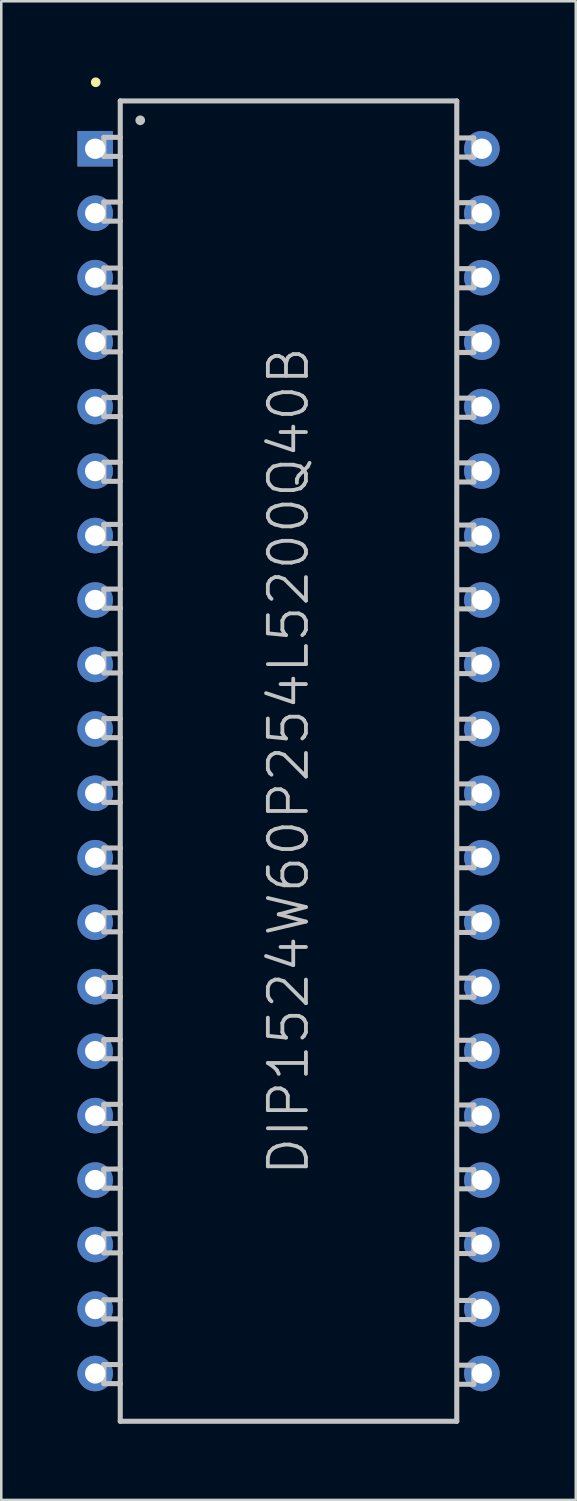
<source format=kicad_pcb>
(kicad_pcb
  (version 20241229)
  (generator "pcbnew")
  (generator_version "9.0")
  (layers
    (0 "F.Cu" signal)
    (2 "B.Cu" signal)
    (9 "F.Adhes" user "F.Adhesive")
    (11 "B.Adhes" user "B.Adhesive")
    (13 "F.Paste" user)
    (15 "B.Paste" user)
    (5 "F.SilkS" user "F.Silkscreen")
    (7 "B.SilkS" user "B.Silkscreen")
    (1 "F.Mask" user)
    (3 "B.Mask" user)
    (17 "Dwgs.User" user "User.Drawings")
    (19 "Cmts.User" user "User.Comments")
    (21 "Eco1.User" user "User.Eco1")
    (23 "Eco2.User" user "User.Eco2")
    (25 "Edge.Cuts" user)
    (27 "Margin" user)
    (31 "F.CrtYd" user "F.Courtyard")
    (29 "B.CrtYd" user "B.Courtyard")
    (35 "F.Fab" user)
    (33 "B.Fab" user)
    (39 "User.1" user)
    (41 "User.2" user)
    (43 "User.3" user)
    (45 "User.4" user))
  (footprint "DIP1524W60P254L5200Q40B"
    (layer "F.Cu")
    (at 8.317 26.937)
    (property "Reference" "DIP1524W60P254L5200Q40B" (at 0 0 90) (layer "Dwgs.User") (effects (font (size 1.5 1.5) (thickness 0.15))))
    (attr through_hole)
    (fp_line (start -7.595 -26.746) (end -7.595 -26.746) (stroke (width 0.381) (type solid)) (layer "F.SilkS"))
    (fp_line (start -7.275 -24.577) (end -6.624 -24.577) (stroke (width 0.2) (type solid)) (layer "Dwgs.User"))
    (fp_line (start -7.275 -23.825) (end -7.275 -24.577) (stroke (width 0.2) (type solid)) (layer "Dwgs.User"))
    (fp_line (start -7.275 -23.825) (end -6.624 -23.825) (stroke (width 0.2) (type solid)) (layer "Dwgs.User"))
    (fp_line (start -7.275 -22.027) (end -6.624 -22.027) (stroke (width 0.2) (type solid)) (layer "Dwgs.User"))
    (fp_line (start -7.275 -21.275) (end -7.275 -22.027) (stroke (width 0.2) (type solid)) (layer "Dwgs.User"))
    (fp_line (start -7.275 -21.275) (end -6.624 -21.275) (stroke (width 0.2) (type solid)) (layer "Dwgs.User"))
    (fp_line (start -7.275 -19.426) (end -6.624 -19.426) (stroke (width 0.2) (type solid)) (layer "Dwgs.User"))
    (fp_line (start -7.275 -18.674) (end -7.275 -19.426) (stroke (width 0.2) (type solid)) (layer "Dwgs.User"))
    (fp_line (start -7.275 -18.674) (end -6.624 -18.674) (stroke (width 0.2) (type solid)) (layer "Dwgs.User"))
    (fp_line (start -7.275 -16.876) (end -6.624 -16.876) (stroke (width 0.2) (type solid)) (layer "Dwgs.User"))
    (fp_line (start -7.275 -16.124) (end -7.275 -16.876) (stroke (width 0.2) (type solid)) (layer "Dwgs.User"))
    (fp_line (start -7.275 -16.124) (end -6.624 -16.124) (stroke (width 0.2) (type solid)) (layer "Dwgs.User"))
    (fp_line (start -7.275 -14.326) (end -6.624 -14.326) (stroke (width 0.2) (type solid)) (layer "Dwgs.User"))
    (fp_line (start -7.275 -13.574) (end -7.275 -14.326) (stroke (width 0.2) (type solid)) (layer "Dwgs.User"))
    (fp_line (start -7.275 -13.574) (end -6.624 -13.574) (stroke (width 0.2) (type solid)) (layer "Dwgs.User"))
    (fp_line (start -7.275 -11.775) (end -6.624 -11.775) (stroke (width 0.2) (type solid)) (layer "Dwgs.User"))
    (fp_line (start -7.275 -11.024) (end -7.275 -11.775) (stroke (width 0.2) (type solid)) (layer "Dwgs.User"))
    (fp_line (start -7.275 -11.024) (end -6.624 -11.024) (stroke (width 0.2) (type solid)) (layer "Dwgs.User"))
    (fp_line (start -7.275 -9.327) (end -6.624 -9.327) (stroke (width 0.2) (type solid)) (layer "Dwgs.User"))
    (fp_line (start -7.275 -8.575) (end -7.275 -9.327) (stroke (width 0.2) (type solid)) (layer "Dwgs.User"))
    (fp_line (start -7.275 -8.575) (end -6.624 -8.575) (stroke (width 0.2) (type solid)) (layer "Dwgs.User"))
    (fp_line (start -7.275 -6.777) (end -6.624 -6.777) (stroke (width 0.2) (type solid)) (layer "Dwgs.User"))
    (fp_line (start -7.275 -6.025) (end -7.275 -6.777) (stroke (width 0.2) (type solid)) (layer "Dwgs.User"))
    (fp_line (start -7.275 -6.025) (end -6.624 -6.025) (stroke (width 0.2) (type solid)) (layer "Dwgs.User"))
    (fp_line (start -7.275 -4.227) (end -6.624 -4.227) (stroke (width 0.2) (type solid)) (layer "Dwgs.User"))
    (fp_line (start -7.275 -3.475) (end -7.275 -4.227) (stroke (width 0.2) (type solid)) (layer "Dwgs.User"))
    (fp_line (start -7.275 -3.475) (end -6.624 -3.475) (stroke (width 0.2) (type solid)) (layer "Dwgs.User"))
    (fp_line (start -7.275 -1.676) (end -6.624 -1.676) (stroke (width 0.2) (type solid)) (layer "Dwgs.User"))
    (fp_line (start -7.275 -0.925) (end -7.275 -1.676) (stroke (width 0.2) (type solid)) (layer "Dwgs.User"))
    (fp_line (start -7.275 -0.925) (end -6.624 -0.925) (stroke (width 0.2) (type solid)) (layer "Dwgs.User"))
    (fp_line (start -7.275 0.874) (end -6.624 0.874) (stroke (width 0.2) (type solid)) (layer "Dwgs.User"))
    (fp_line (start -7.275 1.626) (end -7.275 0.874) (stroke (width 0.2) (type solid)) (layer "Dwgs.User"))
    (fp_line (start -7.275 1.626) (end -6.624 1.626) (stroke (width 0.2) (type solid)) (layer "Dwgs.User"))
    (fp_line (start -7.275 3.424) (end -6.624 3.424) (stroke (width 0.2) (type solid)) (layer "Dwgs.User"))
    (fp_line (start -7.275 4.176) (end -7.275 3.424) (stroke (width 0.2) (type solid)) (layer "Dwgs.User"))
    (fp_line (start -7.275 4.176) (end -6.624 4.176) (stroke (width 0.2) (type solid)) (layer "Dwgs.User"))
    (fp_line (start -7.275 5.974) (end -6.624 5.974) (stroke (width 0.2) (type solid)) (layer "Dwgs.User"))
    (fp_line (start -7.275 6.726) (end -7.275 5.974) (stroke (width 0.2) (type solid)) (layer "Dwgs.User"))
    (fp_line (start -7.275 6.726) (end -6.624 6.726) (stroke (width 0.2) (type solid)) (layer "Dwgs.User"))
    (fp_line (start -7.275 8.524) (end -6.624 8.524) (stroke (width 0.2) (type solid)) (layer "Dwgs.User"))
    (fp_line (start -7.275 9.276) (end -7.275 8.524) (stroke (width 0.2) (type solid)) (layer "Dwgs.User"))
    (fp_line (start -7.275 9.276) (end -6.624 9.276) (stroke (width 0.2) (type solid)) (layer "Dwgs.User"))
    (fp_line (start -7.275 10.973) (end -6.624 10.973) (stroke (width 0.2) (type solid)) (layer "Dwgs.User"))
    (fp_line (start -7.275 11.725) (end -7.275 10.973) (stroke (width 0.2) (type solid)) (layer "Dwgs.User"))
    (fp_line (start -7.275 11.725) (end -6.624 11.725) (stroke (width 0.2) (type solid)) (layer "Dwgs.User"))
    (fp_line (start -7.275 13.523) (end -6.624 13.523) (stroke (width 0.2) (type solid)) (layer "Dwgs.User"))
    (fp_line (start -7.275 14.275) (end -7.275 13.523) (stroke (width 0.2) (type solid)) (layer "Dwgs.User"))
    (fp_line (start -7.275 14.275) (end -6.624 14.275) (stroke (width 0.2) (type solid)) (layer "Dwgs.User"))
    (fp_line (start -7.275 16.073) (end -6.624 16.073) (stroke (width 0.2) (type solid)) (layer "Dwgs.User"))
    (fp_line (start -7.275 16.825) (end -7.275 16.073) (stroke (width 0.2) (type solid)) (layer "Dwgs.User"))
    (fp_line (start -7.275 16.825) (end -6.624 16.825) (stroke (width 0.2) (type solid)) (layer "Dwgs.User"))
    (fp_line (start -7.275 18.623) (end -6.624 18.623) (stroke (width 0.2) (type solid)) (layer "Dwgs.User"))
    (fp_line (start -7.275 19.375) (end -7.275 18.623) (stroke (width 0.2) (type solid)) (layer "Dwgs.User"))
    (fp_line (start -7.275 19.375) (end -6.624 19.375) (stroke (width 0.2) (type solid)) (layer "Dwgs.User"))
    (fp_line (start -7.275 21.224) (end -6.624 21.224) (stroke (width 0.2) (type solid)) (layer "Dwgs.User"))
    (fp_line (start -7.275 21.976) (end -7.275 21.224) (stroke (width 0.2) (type solid)) (layer "Dwgs.User"))
    (fp_line (start -7.275 21.976) (end -6.624 21.976) (stroke (width 0.2) (type solid)) (layer "Dwgs.User"))
    (fp_line (start -7.275 23.774) (end -6.624 23.774) (stroke (width 0.2) (type solid)) (layer "Dwgs.User"))
    (fp_line (start -7.275 24.526) (end -7.275 23.774) (stroke (width 0.2) (type solid)) (layer "Dwgs.User"))
    (fp_line (start -7.275 24.526) (end -6.624 24.526) (stroke (width 0.2) (type solid)) (layer "Dwgs.User"))
    (fp_line (start -6.629 -26.01) (end -6.629 26.01) (stroke (width 0.2) (type solid)) (layer "Dwgs.User"))
    (fp_line (start -6.629 -26.01) (end 6.629 -26.01) (stroke (width 0.2) (type solid)) (layer "Dwgs.User"))
    (fp_line (start -6.629 26.01) (end 6.629 26.01) (stroke (width 0.2) (type solid)) (layer "Dwgs.User"))
    (fp_line (start -5.842 -25.248) (end -5.842 -25.248) (stroke (width 0.381) (type solid)) (layer "Dwgs.User"))
    (fp_line (start 6.629 -26.01) (end 6.629 26.01) (stroke (width 0.2) (type solid)) (layer "Dwgs.User"))
    (fp_line (start 7.3 -24.552) (end 6.65 -24.552) (stroke (width 0.2) (type solid)) (layer "Dwgs.User"))
    (fp_line (start 7.3 -24.552) (end 7.3 -23.8) (stroke (width 0.2) (type solid)) (layer "Dwgs.User"))
    (fp_line (start 7.3 -23.8) (end 6.65 -23.8) (stroke (width 0.2) (type solid)) (layer "Dwgs.User"))
    (fp_line (start 7.3 -22.001) (end 6.65 -22.001) (stroke (width 0.2) (type solid)) (layer "Dwgs.User"))
    (fp_line (start 7.3 -22.001) (end 7.3 -21.25) (stroke (width 0.2) (type solid)) (layer "Dwgs.User"))
    (fp_line (start 7.3 -21.25) (end 6.65 -21.25) (stroke (width 0.2) (type solid)) (layer "Dwgs.User"))
    (fp_line (start 7.3 -19.401) (end 6.65 -19.401) (stroke (width 0.2) (type solid)) (layer "Dwgs.User"))
    (fp_line (start 7.3 -19.401) (end 7.3 -18.649) (stroke (width 0.2) (type solid)) (layer "Dwgs.User"))
    (fp_line (start 7.3 -18.649) (end 6.65 -18.649) (stroke (width 0.2) (type solid)) (layer "Dwgs.User"))
    (fp_line (start 7.3 -16.85) (end 6.65 -16.85) (stroke (width 0.2) (type solid)) (layer "Dwgs.User"))
    (fp_line (start 7.3 -16.85) (end 7.3 -16.099) (stroke (width 0.2) (type solid)) (layer "Dwgs.User"))
    (fp_line (start 7.3 -16.099) (end 6.65 -16.099) (stroke (width 0.2) (type solid)) (layer "Dwgs.User"))
    (fp_line (start 7.3 -14.3) (end 6.65 -14.3) (stroke (width 0.2) (type solid)) (layer "Dwgs.User"))
    (fp_line (start 7.3 -14.3) (end 7.3 -13.548) (stroke (width 0.2) (type solid)) (layer "Dwgs.User"))
    (fp_line (start 7.3 -13.548) (end 6.65 -13.548) (stroke (width 0.2) (type solid)) (layer "Dwgs.User"))
    (fp_line (start 7.3 -11.75) (end 6.65 -11.75) (stroke (width 0.2) (type solid)) (layer "Dwgs.User"))
    (fp_line (start 7.3 -11.75) (end 7.3 -10.998) (stroke (width 0.2) (type solid)) (layer "Dwgs.User"))
    (fp_line (start 7.3 -10.998) (end 6.65 -10.998) (stroke (width 0.2) (type solid)) (layer "Dwgs.User"))
    (fp_line (start 7.3 -9.301) (end 6.65 -9.301) (stroke (width 0.2) (type solid)) (layer "Dwgs.User"))
    (fp_line (start 7.3 -9.301) (end 7.3 -8.55) (stroke (width 0.2) (type solid)) (layer "Dwgs.User"))
    (fp_line (start 7.3 -8.55) (end 6.65 -8.55) (stroke (width 0.2) (type solid)) (layer "Dwgs.User"))
    (fp_line (start 7.3 -6.751) (end 6.65 -6.751) (stroke (width 0.2) (type solid)) (layer "Dwgs.User"))
    (fp_line (start 7.3 -6.751) (end 7.3 -5.999) (stroke (width 0.2) (type solid)) (layer "Dwgs.User"))
    (fp_line (start 7.3 -5.999) (end 6.65 -5.999) (stroke (width 0.2) (type solid)) (layer "Dwgs.User"))
    (fp_line (start 7.3 -4.201) (end 6.65 -4.201) (stroke (width 0.2) (type solid)) (layer "Dwgs.User"))
    (fp_line (start 7.3 -4.201) (end 7.3 -3.449) (stroke (width 0.2) (type solid)) (layer "Dwgs.User"))
    (fp_line (start 7.3 -3.449) (end 6.65 -3.449) (stroke (width 0.2) (type solid)) (layer "Dwgs.User"))
    (fp_line (start 7.3 -1.651) (end 6.65 -1.651) (stroke (width 0.2) (type solid)) (layer "Dwgs.User"))
    (fp_line (start 7.3 -1.651) (end 7.3 -0.899) (stroke (width 0.2) (type solid)) (layer "Dwgs.User"))
    (fp_line (start 7.3 -0.899) (end 6.65 -0.899) (stroke (width 0.2) (type solid)) (layer "Dwgs.User"))
    (fp_line (start 7.3 0.899) (end 6.65 0.899) (stroke (width 0.2) (type solid)) (layer "Dwgs.User"))
    (fp_line (start 7.3 0.899) (end 7.3 1.651) (stroke (width 0.2) (type solid)) (layer "Dwgs.User"))
    (fp_line (start 7.3 1.651) (end 6.65 1.651) (stroke (width 0.2) (type solid)) (layer "Dwgs.User"))
    (fp_line (start 7.3 3.449) (end 6.65 3.449) (stroke (width 0.2) (type solid)) (layer "Dwgs.User"))
    (fp_line (start 7.3 3.449) (end 7.3 4.201) (stroke (width 0.2) (type solid)) (layer "Dwgs.User"))
    (fp_line (start 7.3 4.201) (end 6.65 4.201) (stroke (width 0.2) (type solid)) (layer "Dwgs.User"))
    (fp_line (start 7.3 5.999) (end 6.65 5.999) (stroke (width 0.2) (type solid)) (layer "Dwgs.User"))
    (fp_line (start 7.3 5.999) (end 7.3 6.751) (stroke (width 0.2) (type solid)) (layer "Dwgs.User"))
    (fp_line (start 7.3 6.751) (end 6.65 6.751) (stroke (width 0.2) (type solid)) (layer "Dwgs.User"))
    (fp_line (start 7.3 8.55) (end 6.65 8.55) (stroke (width 0.2) (type solid)) (layer "Dwgs.User"))
    (fp_line (start 7.3 8.55) (end 7.3 9.301) (stroke (width 0.2) (type solid)) (layer "Dwgs.User"))
    (fp_line (start 7.3 9.301) (end 6.65 9.301) (stroke (width 0.2) (type solid)) (layer "Dwgs.User"))
    (fp_line (start 7.3 10.998) (end 6.65 10.998) (stroke (width 0.2) (type solid)) (layer "Dwgs.User"))
    (fp_line (start 7.3 10.998) (end 7.3 11.75) (stroke (width 0.2) (type solid)) (layer "Dwgs.User"))
    (fp_line (start 7.3 11.75) (end 6.65 11.75) (stroke (width 0.2) (type solid)) (layer "Dwgs.User"))
    (fp_line (start 7.3 13.548) (end 6.65 13.548) (stroke (width 0.2) (type solid)) (layer "Dwgs.User"))
    (fp_line (start 7.3 13.548) (end 7.3 14.3) (stroke (width 0.2) (type solid)) (layer "Dwgs.User"))
    (fp_line (start 7.3 14.3) (end 6.65 14.3) (stroke (width 0.2) (type solid)) (layer "Dwgs.User"))
    (fp_line (start 7.3 16.099) (end 6.65 16.099) (stroke (width 0.2) (type solid)) (layer "Dwgs.User"))
    (fp_line (start 7.3 16.099) (end 7.3 16.85) (stroke (width 0.2) (type solid)) (layer "Dwgs.User"))
    (fp_line (start 7.3 16.85) (end 6.65 16.85) (stroke (width 0.2) (type solid)) (layer "Dwgs.User"))
    (fp_line (start 7.3 18.649) (end 6.65 18.649) (stroke (width 0.2) (type solid)) (layer "Dwgs.User"))
    (fp_line (start 7.3 18.649) (end 7.3 19.401) (stroke (width 0.2) (type solid)) (layer "Dwgs.User"))
    (fp_line (start 7.3 19.401) (end 6.65 19.401) (stroke (width 0.2) (type solid)) (layer "Dwgs.User"))
    (fp_line (start 7.3 21.25) (end 6.65 21.25) (stroke (width 0.2) (type solid)) (layer "Dwgs.User"))
    (fp_line (start 7.3 21.25) (end 7.3 22.001) (stroke (width 0.2) (type solid)) (layer "Dwgs.User"))
    (fp_line (start 7.3 22.001) (end 6.65 22.001) (stroke (width 0.2) (type solid)) (layer "Dwgs.User"))
    (fp_line (start 7.3 23.8) (end 6.65 23.8) (stroke (width 0.2) (type solid)) (layer "Dwgs.User"))
    (fp_line (start 7.3 23.8) (end 7.3 24.552) (stroke (width 0.2) (type solid)) (layer "Dwgs.User"))
    (fp_line (start 7.3 24.552) (end 6.65 24.552) (stroke (width 0.2) (type solid)) (layer "Dwgs.User"))
    (pad "1" thru_hole rect (at -7.617 -24.127 180) (size 1.4 1.4) (drill 0.8) (layers "*.Cu" "*.Mask"))
    (pad "2" thru_hole circle (at -7.617 -21.587 180) (size 1.4 1.4) (drill 0.8) (layers "*.Cu" "*.Mask"))
    (pad "3" thru_hole circle (at -7.617 -19.047 180) (size 1.4 1.4) (drill 0.8) (layers "*.Cu" "*.Mask"))
    (pad "4" thru_hole circle (at -7.617 -16.507 180) (size 1.4 1.4) (drill 0.8) (layers "*.Cu" "*.Mask"))
    (pad "5" thru_hole circle (at -7.617 -13.967 180) (size 1.4 1.4) (drill 0.8) (layers "*.Cu" "*.Mask"))
    (pad "6" thru_hole circle (at -7.617 -11.427 180) (size 1.4 1.4) (drill 0.8) (layers "*.Cu" "*.Mask"))
    (pad "7" thru_hole circle (at -7.617 -8.887 180) (size 1.4 1.4) (drill 0.8) (layers "*.Cu" "*.Mask"))
    (pad "8" thru_hole circle (at -7.617 -6.347 180) (size 1.4 1.4) (drill 0.8) (layers "*.Cu" "*.Mask"))
    (pad "9" thru_hole circle (at -7.617 -3.807 180) (size 1.4 1.4) (drill 0.8) (layers "*.Cu" "*.Mask"))
    (pad "10" thru_hole circle (at -7.617 -1.267 180) (size 1.4 1.4) (drill 0.8) (layers "*.Cu" "*.Mask"))
    (pad "11" thru_hole circle (at -7.617 1.267 180) (size 1.4 1.4) (drill 0.8) (layers "*.Cu" "*.Mask"))
    (pad "12" thru_hole circle (at -7.617 3.807 180) (size 1.4 1.4) (drill 0.8) (layers "*.Cu" "*.Mask"))
    (pad "13" thru_hole circle (at -7.617 6.347 180) (size 1.4 1.4) (drill 0.8) (layers "*.Cu" "*.Mask"))
    (pad "14" thru_hole circle (at -7.617 8.887 180) (size 1.4 1.4) (drill 0.8) (layers "*.Cu" "*.Mask"))
    (pad "15" thru_hole circle (at -7.617 11.427 180) (size 1.4 1.4) (drill 0.8) (layers "*.Cu" "*.Mask"))
    (pad "16" thru_hole circle (at -7.617 13.967 180) (size 1.4 1.4) (drill 0.8) (layers "*.Cu" "*.Mask"))
    (pad "17" thru_hole circle (at -7.617 16.507 180) (size 1.4 1.4) (drill 0.8) (layers "*.Cu" "*.Mask"))
    (pad "18" thru_hole circle (at -7.617 19.047 180) (size 1.4 1.4) (drill 0.8) (layers "*.Cu" "*.Mask"))
    (pad "19" thru_hole circle (at -7.617 21.587 180) (size 1.4 1.4) (drill 0.8) (layers "*.Cu" "*.Mask"))
    (pad "20" thru_hole circle (at -7.617 24.127 180) (size 1.4 1.4) (drill 0.8) (layers "*.Cu" "*.Mask"))
    (pad "21" thru_hole circle (at 7.617 24.127 180) (size 1.4 1.4) (drill 0.8) (layers "*.Cu" "*.Mask"))
    (pad "22" thru_hole circle (at 7.617 21.587 180) (size 1.4 1.4) (drill 0.8) (layers "*.Cu" "*.Mask"))
    (pad "23" thru_hole circle (at 7.617 19.047 180) (size 1.4 1.4) (drill 0.8) (layers "*.Cu" "*.Mask"))
    (pad "24" thru_hole circle (at 7.617 16.507 180) (size 1.4 1.4) (drill 0.8) (layers "*.Cu" "*.Mask"))
    (pad "25" thru_hole circle (at 7.617 13.967 180) (size 1.4 1.4) (drill 0.8) (layers "*.Cu" "*.Mask"))
    (pad "26" thru_hole circle (at 7.617 11.427 180) (size 1.4 1.4) (drill 0.8) (layers "*.Cu" "*.Mask"))
    (pad "27" thru_hole circle (at 7.617 8.887 180) (size 1.4 1.4) (drill 0.8) (layers "*.Cu" "*.Mask"))
    (pad "28" thru_hole circle (at 7.617 6.347 180) (size 1.4 1.4) (drill 0.8) (layers "*.Cu" "*.Mask"))
    (pad "29" thru_hole circle (at 7.617 3.807 180) (size 1.4 1.4) (drill 0.8) (layers "*.Cu" "*.Mask"))
    (pad "30" thru_hole circle (at 7.617 1.267 180) (size 1.4 1.4) (drill 0.8) (layers "*.Cu" "*.Mask"))
    (pad "31" thru_hole circle (at 7.617 -1.267 180) (size 1.4 1.4) (drill 0.8) (layers "*.Cu" "*.Mask"))
    (pad "32" thru_hole circle (at 7.617 -3.807 180) (size 1.4 1.4) (drill 0.8) (layers "*.Cu" "*.Mask"))
    (pad "33" thru_hole circle (at 7.617 -6.347 180) (size 1.4 1.4) (drill 0.8) (layers "*.Cu" "*.Mask"))
    (pad "34" thru_hole circle (at 7.617 -8.887 180) (size 1.4 1.4) (drill 0.8) (layers "*.Cu" "*.Mask"))
    (pad "35" thru_hole circle (at 7.617 -11.427 180) (size 1.4 1.4) (drill 0.8) (layers "*.Cu" "*.Mask"))
    (pad "36" thru_hole circle (at 7.617 -13.967 180) (size 1.4 1.4) (drill 0.8) (layers "*.Cu" "*.Mask"))
    (pad "37" thru_hole circle (at 7.617 -16.507 180) (size 1.4 1.4) (drill 0.8) (layers "*.Cu" "*.Mask"))
    (pad "38" thru_hole circle (at 7.617 -19.047 180) (size 1.4 1.4) (drill 0.8) (layers "*.Cu" "*.Mask"))
    (pad "39" thru_hole circle (at 7.617 -21.587 180) (size 1.4 1.4) (drill 0.8) (layers "*.Cu" "*.Mask"))
    (pad "40" thru_hole circle (at 7.617 -24.127 180) (size 1.4 1.4) (drill 0.8) (layers "*.Cu" "*.Mask")))
  (gr_rect
    (start -3 -3)
    (end 19.635 56.046)
    (stroke (width 0.1) (type default))
    (fill no)
    (layer "Edge.Cuts")))
</source>
